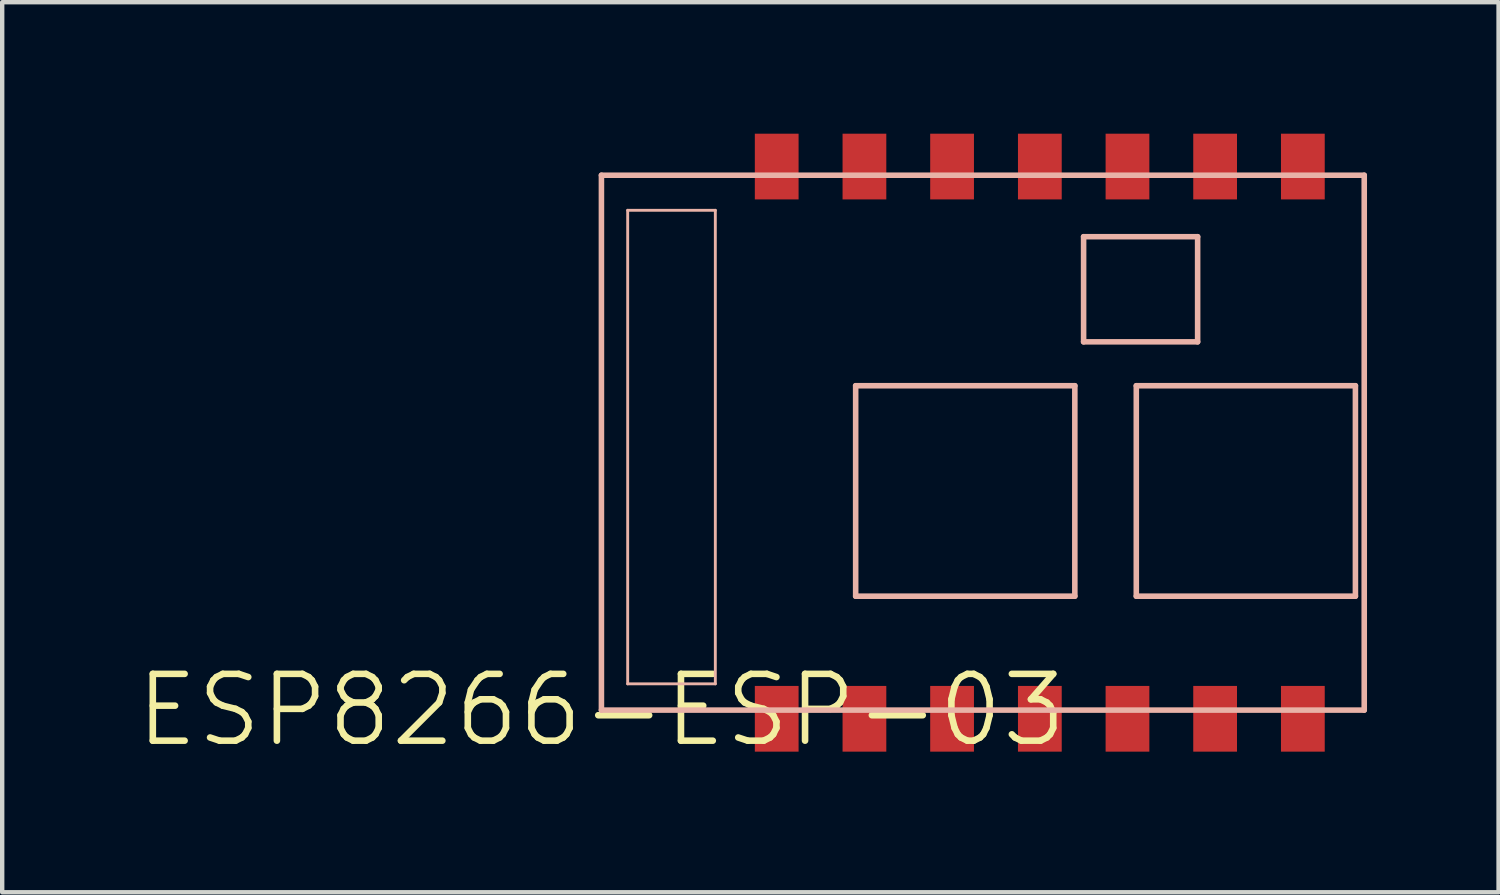
<source format=kicad_pcb>
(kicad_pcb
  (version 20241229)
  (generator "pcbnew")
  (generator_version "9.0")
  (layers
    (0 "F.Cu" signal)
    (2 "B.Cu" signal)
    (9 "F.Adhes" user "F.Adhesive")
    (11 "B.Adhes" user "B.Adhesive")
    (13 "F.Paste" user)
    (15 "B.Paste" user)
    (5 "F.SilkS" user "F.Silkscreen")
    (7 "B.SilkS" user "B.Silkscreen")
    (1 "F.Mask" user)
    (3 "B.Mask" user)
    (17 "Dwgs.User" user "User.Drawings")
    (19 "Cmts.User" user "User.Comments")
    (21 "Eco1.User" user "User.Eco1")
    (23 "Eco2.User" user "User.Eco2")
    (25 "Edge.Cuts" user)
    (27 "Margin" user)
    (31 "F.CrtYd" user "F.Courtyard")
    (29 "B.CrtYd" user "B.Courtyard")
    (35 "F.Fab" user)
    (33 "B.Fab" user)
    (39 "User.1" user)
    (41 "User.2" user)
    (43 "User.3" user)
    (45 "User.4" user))
  (footprint "ESP8266-ESP-03"
    (layer "F.Cu")
    (at 10.668 13.147)
    (property "Reference" "ESP8266-ESP-03" (at 0 0 0) (layer "F.SilkS") (effects (font (size 1.524 1.524) (thickness 0.15))))
    (attr smd)
    (fp_line (start 0 -12.2) (end 17.399 -12.2) (stroke (width 0.127) (type solid)) (layer "B.SilkS"))
    (fp_line (start 0 0) (end 0 -12.2) (stroke (width 0.127) (type solid)) (layer "B.SilkS"))
    (fp_line (start 0 0) (end 17.399 0) (stroke (width 0.127) (type solid)) (layer "B.SilkS"))
    (fp_line (start 0.599 -11.4) (end 2.598 -11.4) (stroke (width 0.066) (type solid)) (layer "B.SilkS"))
    (fp_line (start 0.599 -0.599) (end 0.599 -11.4) (stroke (width 0.066) (type solid)) (layer "B.SilkS"))
    (fp_line (start 0.599 -0.599) (end 2.598 -0.599) (stroke (width 0.066) (type solid)) (layer "B.SilkS"))
    (fp_line (start 2.598 -0.599) (end 2.598 -11.4) (stroke (width 0.066) (type solid)) (layer "B.SilkS"))
    (fp_line (start 5.799 -7.399) (end 5.799 -2.598) (stroke (width 0.127) (type solid)) (layer "B.SilkS"))
    (fp_line (start 5.799 -2.598) (end 10.798 -2.598) (stroke (width 0.127) (type solid)) (layer "B.SilkS"))
    (fp_line (start 10.798 -7.399) (end 5.799 -7.399) (stroke (width 0.127) (type solid)) (layer "B.SilkS"))
    (fp_line (start 10.798 -2.598) (end 10.798 -7.399) (stroke (width 0.127) (type solid)) (layer "B.SilkS"))
    (fp_line (start 10.998 -10.798) (end 10.998 -8.4) (stroke (width 0.127) (type solid)) (layer "B.SilkS"))
    (fp_line (start 10.998 -8.4) (end 13.599 -8.4) (stroke (width 0.127) (type solid)) (layer "B.SilkS"))
    (fp_line (start 12.2 -7.399) (end 12.2 -2.598) (stroke (width 0.127) (type solid)) (layer "B.SilkS"))
    (fp_line (start 12.2 -2.598) (end 17.198 -2.598) (stroke (width 0.127) (type solid)) (layer "B.SilkS"))
    (fp_line (start 13.599 -10.798) (end 10.998 -10.798) (stroke (width 0.127) (type solid)) (layer "B.SilkS"))
    (fp_line (start 13.599 -8.4) (end 13.599 -10.798) (stroke (width 0.127) (type solid)) (layer "B.SilkS"))
    (fp_line (start 17.198 -7.399) (end 12.2 -7.399) (stroke (width 0.127) (type solid)) (layer "B.SilkS"))
    (fp_line (start 17.198 -2.598) (end 17.198 -7.399) (stroke (width 0.127) (type solid)) (layer "B.SilkS"))
    (fp_line (start 17.399 0) (end 17.399 -12.2) (stroke (width 0.127) (type solid)) (layer "B.SilkS"))
    (pad "ANT" smd rect (at 3.998 -12.398 90) (size 1.499 0.998) (layers "F.Cu" "F.Mask" "F.Paste"))
    (pad "CH_P" smd rect (at 5.999 -12.398 90) (size 1.499 0.998) (layers "F.Cu" "F.Mask" "F.Paste"))
    (pad "GND" smd rect (at 15.999 -12.398 90) (size 1.499 0.998) (layers "F.Cu" "F.Mask" "F.Paste"))
    (pad "GP0" smd rect (at 15.999 0.198 90) (size 1.499 0.998) (layers "F.Cu" "F.Mask" "F.Paste"))
    (pad "GP2" smd rect (at 13.998 0.198 90) (size 1.499 0.998) (layers "F.Cu" "F.Mask" "F.Paste"))
    (pad "GP12" smd rect (at 7.998 0.198 90) (size 1.499 0.998) (layers "F.Cu" "F.Mask" "F.Paste"))
    (pad "GP13" smd rect (at 10 0.198 90) (size 1.499 0.998) (layers "F.Cu" "F.Mask" "F.Paste"))
    (pad "GP14" smd rect (at 5.999 0.198 90) (size 1.499 0.998) (layers "F.Cu" "F.Mask" "F.Paste"))
    (pad "GP15" smd rect (at 11.999 0.198 90) (size 1.499 0.998) (layers "F.Cu" "F.Mask" "F.Paste"))
    (pad "GP18" smd rect (at 7.998 -12.398 90) (size 1.499 0.998) (layers "F.Cu" "F.Mask" "F.Paste"))
    (pad "NC" smd rect (at 13.998 -12.398 90) (size 1.499 0.998) (layers "F.Cu" "F.Mask" "F.Paste"))
    (pad "URXD" smd rect (at 10 -12.398 90) (size 1.499 0.998) (layers "F.Cu" "F.Mask" "F.Paste"))
    (pad "UTXD" smd rect (at 11.999 -12.398 90) (size 1.499 0.998) (layers "F.Cu" "F.Mask" "F.Paste"))
    (pad "VCC" smd rect (at 3.998 0.198 90) (size 1.499 0.998) (layers "F.Cu" "F.Mask" "F.Paste")))
  (gr_rect
    (start -3 -3)
    (end 31.131 17.302)
    (stroke (width 0.1) (type default))
    (fill no)
    (layer "Edge.Cuts")))
</source>
